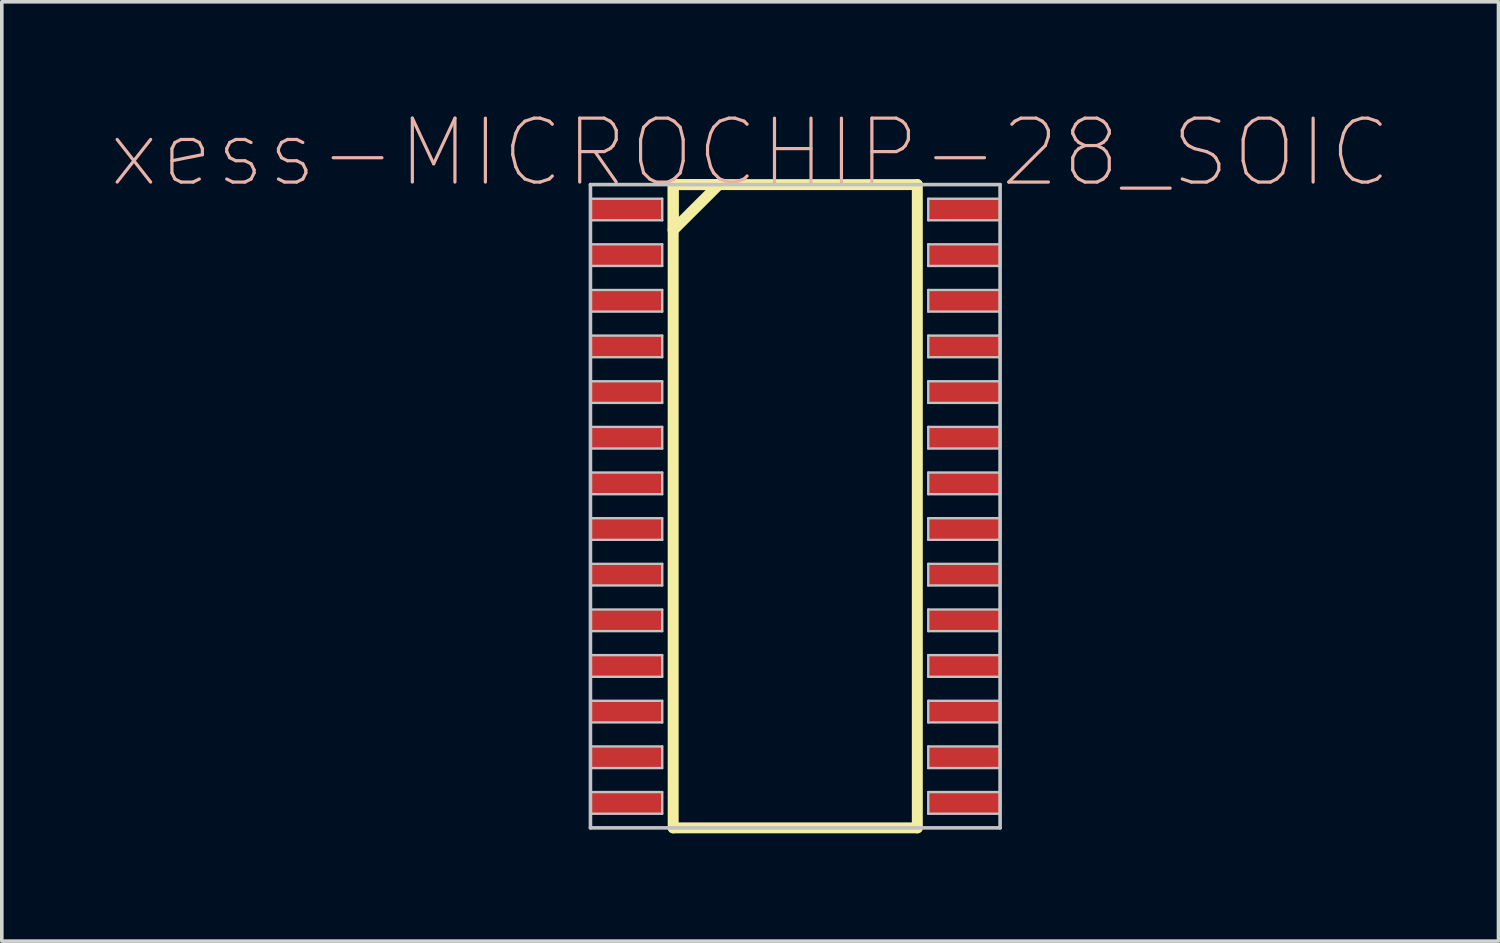
<source format=kicad_pcb>
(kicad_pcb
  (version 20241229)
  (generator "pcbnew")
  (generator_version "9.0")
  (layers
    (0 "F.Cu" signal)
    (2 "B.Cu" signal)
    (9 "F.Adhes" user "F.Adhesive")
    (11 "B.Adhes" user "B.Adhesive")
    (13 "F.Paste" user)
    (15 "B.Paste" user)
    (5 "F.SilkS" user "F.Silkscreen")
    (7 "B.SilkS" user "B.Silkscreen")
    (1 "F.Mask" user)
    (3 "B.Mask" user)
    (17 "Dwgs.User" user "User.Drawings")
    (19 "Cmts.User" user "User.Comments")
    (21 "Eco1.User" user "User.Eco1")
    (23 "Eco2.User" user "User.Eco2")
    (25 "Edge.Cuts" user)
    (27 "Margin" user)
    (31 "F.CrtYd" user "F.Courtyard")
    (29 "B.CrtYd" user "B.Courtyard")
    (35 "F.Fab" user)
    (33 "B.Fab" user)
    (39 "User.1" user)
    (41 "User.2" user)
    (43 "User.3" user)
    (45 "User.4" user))
  (footprint "xess-MICROCHIP-28_SOIC"
    (layer "F.Cu")
    (at 14.876 2.779)
    (property "Reference" "xess-MICROCHIP-28_SOIC" (at 2.944 -1.582 0) (layer "B.SilkS") (effects (font (size 1.778 1.778) (thickness 0.089))))
    (attr smd)
    (fp_line (start 0.803 -0.693) (end 0.803 0.574) (stroke (width 0.305) (type solid)) (layer "F.SilkS"))
    (fp_line (start 0.803 -0.693) (end 0.803 17.203) (stroke (width 0.305) (type solid)) (layer "F.SilkS"))
    (fp_line (start 0.803 0.574) (end 2.073 -0.693) (stroke (width 0.305) (type solid)) (layer "F.SilkS"))
    (fp_line (start 0.803 17.203) (end 7.595 17.203) (stroke (width 0.305) (type solid)) (layer "F.SilkS"))
    (fp_line (start 2.073 -0.693) (end 0.803 -0.693) (stroke (width 0.305) (type solid)) (layer "F.SilkS"))
    (fp_line (start 7.595 -0.693) (end 0.803 -0.693) (stroke (width 0.305) (type solid)) (layer "F.SilkS"))
    (fp_line (start 7.595 17.203) (end 7.595 -0.693) (stroke (width 0.305) (type solid)) (layer "F.SilkS"))
    (fp_line (start -1.499 -0.693) (end -1.499 17.203) (stroke (width 0.1) (type solid)) (layer "Dwgs.User"))
    (fp_line (start -1.499 -0.3) (end 0.498 -0.3) (stroke (width 0.066) (type solid)) (layer "Dwgs.User"))
    (fp_line (start -1.499 0.3) (end -1.499 -0.3) (stroke (width 0.066) (type solid)) (layer "Dwgs.User"))
    (fp_line (start -1.499 0.3) (end 0.498 0.3) (stroke (width 0.066) (type solid)) (layer "Dwgs.User"))
    (fp_line (start -1.499 0.968) (end 0.498 0.968) (stroke (width 0.066) (type solid)) (layer "Dwgs.User"))
    (fp_line (start -1.499 1.57) (end -1.499 0.968) (stroke (width 0.066) (type solid)) (layer "Dwgs.User"))
    (fp_line (start -1.499 1.57) (end 0.498 1.57) (stroke (width 0.066) (type solid)) (layer "Dwgs.User"))
    (fp_line (start -1.499 2.238) (end 0.498 2.238) (stroke (width 0.066) (type solid)) (layer "Dwgs.User"))
    (fp_line (start -1.499 2.84) (end -1.499 2.238) (stroke (width 0.066) (type solid)) (layer "Dwgs.User"))
    (fp_line (start -1.499 2.84) (end 0.498 2.84) (stroke (width 0.066) (type solid)) (layer "Dwgs.User"))
    (fp_line (start -1.499 3.508) (end 0.498 3.508) (stroke (width 0.066) (type solid)) (layer "Dwgs.User"))
    (fp_line (start -1.499 4.11) (end -1.499 3.508) (stroke (width 0.066) (type solid)) (layer "Dwgs.User"))
    (fp_line (start -1.499 4.11) (end 0.498 4.11) (stroke (width 0.066) (type solid)) (layer "Dwgs.User"))
    (fp_line (start -1.499 4.778) (end 0.498 4.778) (stroke (width 0.066) (type solid)) (layer "Dwgs.User"))
    (fp_line (start -1.499 5.38) (end -1.499 4.778) (stroke (width 0.066) (type solid)) (layer "Dwgs.User"))
    (fp_line (start -1.499 5.38) (end 0.498 5.38) (stroke (width 0.066) (type solid)) (layer "Dwgs.User"))
    (fp_line (start -1.499 6.048) (end 0.498 6.048) (stroke (width 0.066) (type solid)) (layer "Dwgs.User"))
    (fp_line (start -1.499 6.65) (end -1.499 6.048) (stroke (width 0.066) (type solid)) (layer "Dwgs.User"))
    (fp_line (start -1.499 6.65) (end 0.498 6.65) (stroke (width 0.066) (type solid)) (layer "Dwgs.User"))
    (fp_line (start -1.499 7.318) (end 0.498 7.318) (stroke (width 0.066) (type solid)) (layer "Dwgs.User"))
    (fp_line (start -1.499 7.92) (end -1.499 7.318) (stroke (width 0.066) (type solid)) (layer "Dwgs.User"))
    (fp_line (start -1.499 7.92) (end 0.498 7.92) (stroke (width 0.066) (type solid)) (layer "Dwgs.User"))
    (fp_line (start -1.499 8.588) (end 0.498 8.588) (stroke (width 0.066) (type solid)) (layer "Dwgs.User"))
    (fp_line (start -1.499 9.19) (end -1.499 8.588) (stroke (width 0.066) (type solid)) (layer "Dwgs.User"))
    (fp_line (start -1.499 9.19) (end 0.498 9.19) (stroke (width 0.066) (type solid)) (layer "Dwgs.User"))
    (fp_line (start -1.499 9.858) (end 0.498 9.858) (stroke (width 0.066) (type solid)) (layer "Dwgs.User"))
    (fp_line (start -1.499 10.46) (end -1.499 9.858) (stroke (width 0.066) (type solid)) (layer "Dwgs.User"))
    (fp_line (start -1.499 10.46) (end 0.498 10.46) (stroke (width 0.066) (type solid)) (layer "Dwgs.User"))
    (fp_line (start -1.499 11.128) (end 0.498 11.128) (stroke (width 0.066) (type solid)) (layer "Dwgs.User"))
    (fp_line (start -1.499 11.73) (end -1.499 11.128) (stroke (width 0.066) (type solid)) (layer "Dwgs.User"))
    (fp_line (start -1.499 11.73) (end 0.498 11.73) (stroke (width 0.066) (type solid)) (layer "Dwgs.User"))
    (fp_line (start -1.499 12.398) (end 0.498 12.398) (stroke (width 0.066) (type solid)) (layer "Dwgs.User"))
    (fp_line (start -1.499 13) (end -1.499 12.398) (stroke (width 0.066) (type solid)) (layer "Dwgs.User"))
    (fp_line (start -1.499 13) (end 0.498 13) (stroke (width 0.066) (type solid)) (layer "Dwgs.User"))
    (fp_line (start -1.499 13.668) (end 0.498 13.668) (stroke (width 0.066) (type solid)) (layer "Dwgs.User"))
    (fp_line (start -1.499 14.27) (end -1.499 13.668) (stroke (width 0.066) (type solid)) (layer "Dwgs.User"))
    (fp_line (start -1.499 14.27) (end 0.498 14.27) (stroke (width 0.066) (type solid)) (layer "Dwgs.User"))
    (fp_line (start -1.499 14.938) (end 0.498 14.938) (stroke (width 0.066) (type solid)) (layer "Dwgs.User"))
    (fp_line (start -1.499 15.54) (end -1.499 14.938) (stroke (width 0.066) (type solid)) (layer "Dwgs.User"))
    (fp_line (start -1.499 15.54) (end 0.498 15.54) (stroke (width 0.066) (type solid)) (layer "Dwgs.User"))
    (fp_line (start -1.499 16.208) (end 0.498 16.208) (stroke (width 0.066) (type solid)) (layer "Dwgs.User"))
    (fp_line (start -1.499 16.81) (end -1.499 16.208) (stroke (width 0.066) (type solid)) (layer "Dwgs.User"))
    (fp_line (start -1.499 16.81) (end 0.498 16.81) (stroke (width 0.066) (type solid)) (layer "Dwgs.User"))
    (fp_line (start -1.499 17.203) (end 9.898 17.203) (stroke (width 0.1) (type solid)) (layer "Dwgs.User"))
    (fp_line (start 0.498 0.3) (end 0.498 -0.3) (stroke (width 0.066) (type solid)) (layer "Dwgs.User"))
    (fp_line (start 0.498 1.57) (end 0.498 0.968) (stroke (width 0.066) (type solid)) (layer "Dwgs.User"))
    (fp_line (start 0.498 2.84) (end 0.498 2.238) (stroke (width 0.066) (type solid)) (layer "Dwgs.User"))
    (fp_line (start 0.498 4.11) (end 0.498 3.508) (stroke (width 0.066) (type solid)) (layer "Dwgs.User"))
    (fp_line (start 0.498 5.38) (end 0.498 4.778) (stroke (width 0.066) (type solid)) (layer "Dwgs.User"))
    (fp_line (start 0.498 6.65) (end 0.498 6.048) (stroke (width 0.066) (type solid)) (layer "Dwgs.User"))
    (fp_line (start 0.498 7.92) (end 0.498 7.318) (stroke (width 0.066) (type solid)) (layer "Dwgs.User"))
    (fp_line (start 0.498 9.19) (end 0.498 8.588) (stroke (width 0.066) (type solid)) (layer "Dwgs.User"))
    (fp_line (start 0.498 10.46) (end 0.498 9.858) (stroke (width 0.066) (type solid)) (layer "Dwgs.User"))
    (fp_line (start 0.498 11.73) (end 0.498 11.128) (stroke (width 0.066) (type solid)) (layer "Dwgs.User"))
    (fp_line (start 0.498 13) (end 0.498 12.398) (stroke (width 0.066) (type solid)) (layer "Dwgs.User"))
    (fp_line (start 0.498 14.27) (end 0.498 13.668) (stroke (width 0.066) (type solid)) (layer "Dwgs.User"))
    (fp_line (start 0.498 15.54) (end 0.498 14.938) (stroke (width 0.066) (type solid)) (layer "Dwgs.User"))
    (fp_line (start 0.498 16.81) (end 0.498 16.208) (stroke (width 0.066) (type solid)) (layer "Dwgs.User"))
    (fp_line (start 7.899 -0.3) (end 9.898 -0.3) (stroke (width 0.066) (type solid)) (layer "Dwgs.User"))
    (fp_line (start 7.899 0.3) (end 7.899 -0.3) (stroke (width 0.066) (type solid)) (layer "Dwgs.User"))
    (fp_line (start 7.899 0.3) (end 9.898 0.3) (stroke (width 0.066) (type solid)) (layer "Dwgs.User"))
    (fp_line (start 7.899 0.968) (end 9.898 0.968) (stroke (width 0.066) (type solid)) (layer "Dwgs.User"))
    (fp_line (start 7.899 1.57) (end 7.899 0.968) (stroke (width 0.066) (type solid)) (layer "Dwgs.User"))
    (fp_line (start 7.899 1.57) (end 9.898 1.57) (stroke (width 0.066) (type solid)) (layer "Dwgs.User"))
    (fp_line (start 7.899 2.238) (end 9.898 2.238) (stroke (width 0.066) (type solid)) (layer "Dwgs.User"))
    (fp_line (start 7.899 2.84) (end 7.899 2.238) (stroke (width 0.066) (type solid)) (layer "Dwgs.User"))
    (fp_line (start 7.899 2.84) (end 9.898 2.84) (stroke (width 0.066) (type solid)) (layer "Dwgs.User"))
    (fp_line (start 7.899 3.508) (end 9.898 3.508) (stroke (width 0.066) (type solid)) (layer "Dwgs.User"))
    (fp_line (start 7.899 4.11) (end 7.899 3.508) (stroke (width 0.066) (type solid)) (layer "Dwgs.User"))
    (fp_line (start 7.899 4.11) (end 9.898 4.11) (stroke (width 0.066) (type solid)) (layer "Dwgs.User"))
    (fp_line (start 7.899 4.778) (end 9.898 4.778) (stroke (width 0.066) (type solid)) (layer "Dwgs.User"))
    (fp_line (start 7.899 5.38) (end 7.899 4.778) (stroke (width 0.066) (type solid)) (layer "Dwgs.User"))
    (fp_line (start 7.899 5.38) (end 9.898 5.38) (stroke (width 0.066) (type solid)) (layer "Dwgs.User"))
    (fp_line (start 7.899 6.048) (end 9.898 6.048) (stroke (width 0.066) (type solid)) (layer "Dwgs.User"))
    (fp_line (start 7.899 6.65) (end 7.899 6.048) (stroke (width 0.066) (type solid)) (layer "Dwgs.User"))
    (fp_line (start 7.899 6.65) (end 9.898 6.65) (stroke (width 0.066) (type solid)) (layer "Dwgs.User"))
    (fp_line (start 7.899 7.318) (end 9.898 7.318) (stroke (width 0.066) (type solid)) (layer "Dwgs.User"))
    (fp_line (start 7.899 7.92) (end 7.899 7.318) (stroke (width 0.066) (type solid)) (layer "Dwgs.User"))
    (fp_line (start 7.899 7.92) (end 9.898 7.92) (stroke (width 0.066) (type solid)) (layer "Dwgs.User"))
    (fp_line (start 7.899 8.588) (end 9.898 8.588) (stroke (width 0.066) (type solid)) (layer "Dwgs.User"))
    (fp_line (start 7.899 9.19) (end 7.899 8.588) (stroke (width 0.066) (type solid)) (layer "Dwgs.User"))
    (fp_line (start 7.899 9.19) (end 9.898 9.19) (stroke (width 0.066) (type solid)) (layer "Dwgs.User"))
    (fp_line (start 7.899 9.858) (end 9.898 9.858) (stroke (width 0.066) (type solid)) (layer "Dwgs.User"))
    (fp_line (start 7.899 10.46) (end 7.899 9.858) (stroke (width 0.066) (type solid)) (layer "Dwgs.User"))
    (fp_line (start 7.899 10.46) (end 9.898 10.46) (stroke (width 0.066) (type solid)) (layer "Dwgs.User"))
    (fp_line (start 7.899 11.128) (end 9.898 11.128) (stroke (width 0.066) (type solid)) (layer "Dwgs.User"))
    (fp_line (start 7.899 11.73) (end 7.899 11.128) (stroke (width 0.066) (type solid)) (layer "Dwgs.User"))
    (fp_line (start 7.899 11.73) (end 9.898 11.73) (stroke (width 0.066) (type solid)) (layer "Dwgs.User"))
    (fp_line (start 7.899 12.398) (end 9.898 12.398) (stroke (width 0.066) (type solid)) (layer "Dwgs.User"))
    (fp_line (start 7.899 13) (end 7.899 12.398) (stroke (width 0.066) (type solid)) (layer "Dwgs.User"))
    (fp_line (start 7.899 13) (end 9.898 13) (stroke (width 0.066) (type solid)) (layer "Dwgs.User"))
    (fp_line (start 7.899 13.668) (end 9.898 13.668) (stroke (width 0.066) (type solid)) (layer "Dwgs.User"))
    (fp_line (start 7.899 14.27) (end 7.899 13.668) (stroke (width 0.066) (type solid)) (layer "Dwgs.User"))
    (fp_line (start 7.899 14.27) (end 9.898 14.27) (stroke (width 0.066) (type solid)) (layer "Dwgs.User"))
    (fp_line (start 7.899 14.938) (end 9.898 14.938) (stroke (width 0.066) (type solid)) (layer "Dwgs.User"))
    (fp_line (start 7.899 15.54) (end 7.899 14.938) (stroke (width 0.066) (type solid)) (layer "Dwgs.User"))
    (fp_line (start 7.899 15.54) (end 9.898 15.54) (stroke (width 0.066) (type solid)) (layer "Dwgs.User"))
    (fp_line (start 7.899 16.208) (end 9.898 16.208) (stroke (width 0.066) (type solid)) (layer "Dwgs.User"))
    (fp_line (start 7.899 16.81) (end 7.899 16.208) (stroke (width 0.066) (type solid)) (layer "Dwgs.User"))
    (fp_line (start 7.899 16.81) (end 9.898 16.81) (stroke (width 0.066) (type solid)) (layer "Dwgs.User"))
    (fp_line (start 9.898 -0.693) (end -1.499 -0.693) (stroke (width 0.1) (type solid)) (layer "Dwgs.User"))
    (fp_line (start 9.898 0.3) (end 9.898 -0.3) (stroke (width 0.066) (type solid)) (layer "Dwgs.User"))
    (fp_line (start 9.898 1.57) (end 9.898 0.968) (stroke (width 0.066) (type solid)) (layer "Dwgs.User"))
    (fp_line (start 9.898 2.84) (end 9.898 2.238) (stroke (width 0.066) (type solid)) (layer "Dwgs.User"))
    (fp_line (start 9.898 4.11) (end 9.898 3.508) (stroke (width 0.066) (type solid)) (layer "Dwgs.User"))
    (fp_line (start 9.898 5.38) (end 9.898 4.778) (stroke (width 0.066) (type solid)) (layer "Dwgs.User"))
    (fp_line (start 9.898 6.65) (end 9.898 6.048) (stroke (width 0.066) (type solid)) (layer "Dwgs.User"))
    (fp_line (start 9.898 7.92) (end 9.898 7.318) (stroke (width 0.066) (type solid)) (layer "Dwgs.User"))
    (fp_line (start 9.898 9.19) (end 9.898 8.588) (stroke (width 0.066) (type solid)) (layer "Dwgs.User"))
    (fp_line (start 9.898 10.46) (end 9.898 9.858) (stroke (width 0.066) (type solid)) (layer "Dwgs.User"))
    (fp_line (start 9.898 11.73) (end 9.898 11.128) (stroke (width 0.066) (type solid)) (layer "Dwgs.User"))
    (fp_line (start 9.898 13) (end 9.898 12.398) (stroke (width 0.066) (type solid)) (layer "Dwgs.User"))
    (fp_line (start 9.898 14.27) (end 9.898 13.668) (stroke (width 0.066) (type solid)) (layer "Dwgs.User"))
    (fp_line (start 9.898 15.54) (end 9.898 14.938) (stroke (width 0.066) (type solid)) (layer "Dwgs.User"))
    (fp_line (start 9.898 16.81) (end 9.898 16.208) (stroke (width 0.066) (type solid)) (layer "Dwgs.User"))
    (fp_line (start 9.898 17.203) (end 9.898 -0.693) (stroke (width 0.1) (type solid)) (layer "Dwgs.User"))
    (pad "1" smd rect (at -0.498 0) (size 1.999 0.599) (layers "F.Cu" "F.Mask" "F.Paste"))
    (pad "2" smd rect (at -0.498 1.27) (size 1.999 0.599) (layers "F.Cu" "F.Mask" "F.Paste"))
    (pad "3" smd rect (at -0.498 2.54) (size 1.999 0.599) (layers "F.Cu" "F.Mask" "F.Paste"))
    (pad "4" smd rect (at -0.498 3.81) (size 1.999 0.599) (layers "F.Cu" "F.Mask" "F.Paste"))
    (pad "5" smd rect (at -0.498 5.08) (size 1.999 0.599) (layers "F.Cu" "F.Mask" "F.Paste"))
    (pad "6" smd rect (at -0.498 6.35) (size 1.999 0.599) (layers "F.Cu" "F.Mask" "F.Paste"))
    (pad "7" smd rect (at -0.498 7.62) (size 1.999 0.599) (layers "F.Cu" "F.Mask" "F.Paste"))
    (pad "8" smd rect (at -0.498 8.89) (size 1.999 0.599) (layers "F.Cu" "F.Mask" "F.Paste"))
    (pad "9" smd rect (at -0.498 10.16) (size 1.999 0.599) (layers "F.Cu" "F.Mask" "F.Paste"))
    (pad "10" smd rect (at -0.498 11.43) (size 1.999 0.599) (layers "F.Cu" "F.Mask" "F.Paste"))
    (pad "11" smd rect (at -0.498 12.7) (size 1.999 0.599) (layers "F.Cu" "F.Mask" "F.Paste"))
    (pad "12" smd rect (at -0.498 13.97) (size 1.999 0.599) (layers "F.Cu" "F.Mask" "F.Paste"))
    (pad "13" smd rect (at -0.498 15.24) (size 1.999 0.599) (layers "F.Cu" "F.Mask" "F.Paste"))
    (pad "14" smd rect (at -0.498 16.51) (size 1.999 0.599) (layers "F.Cu" "F.Mask" "F.Paste"))
    (pad "15" smd rect (at 8.898 16.51) (size 1.999 0.599) (layers "F.Cu" "F.Mask" "F.Paste"))
    (pad "16" smd rect (at 8.898 15.24) (size 1.999 0.599) (layers "F.Cu" "F.Mask" "F.Paste"))
    (pad "17" smd rect (at 8.898 13.97) (size 1.999 0.599) (layers "F.Cu" "F.Mask" "F.Paste"))
    (pad "18" smd rect (at 8.898 12.7) (size 1.999 0.599) (layers "F.Cu" "F.Mask" "F.Paste"))
    (pad "19" smd rect (at 8.898 11.43) (size 1.999 0.599) (layers "F.Cu" "F.Mask" "F.Paste"))
    (pad "20" smd rect (at 8.898 10.16) (size 1.999 0.599) (layers "F.Cu" "F.Mask" "F.Paste"))
    (pad "21" smd rect (at 8.898 8.89) (size 1.999 0.599) (layers "F.Cu" "F.Mask" "F.Paste"))
    (pad "22" smd rect (at 8.898 7.62) (size 1.999 0.599) (layers "F.Cu" "F.Mask" "F.Paste"))
    (pad "23" smd rect (at 8.898 6.35) (size 1.999 0.599) (layers "F.Cu" "F.Mask" "F.Paste"))
    (pad "24" smd rect (at 8.898 5.08) (size 1.999 0.599) (layers "F.Cu" "F.Mask" "F.Paste"))
    (pad "25" smd rect (at 8.898 3.81) (size 1.999 0.599) (layers "F.Cu" "F.Mask" "F.Paste"))
    (pad "26" smd rect (at 8.898 2.54) (size 1.999 0.599) (layers "F.Cu" "F.Mask" "F.Paste"))
    (pad "27" smd rect (at 8.898 1.27) (size 1.999 0.599) (layers "F.Cu" "F.Mask" "F.Paste"))
    (pad "28" smd rect (at 8.898 0) (size 1.999 0.599) (layers "F.Cu" "F.Mask" "F.Paste")))
  (gr_rect
    (start -3 -3)
    (end 38.64 23.134)
    (stroke (width 0.1) (type default))
    (fill no)
    (layer "Edge.Cuts")))
</source>
